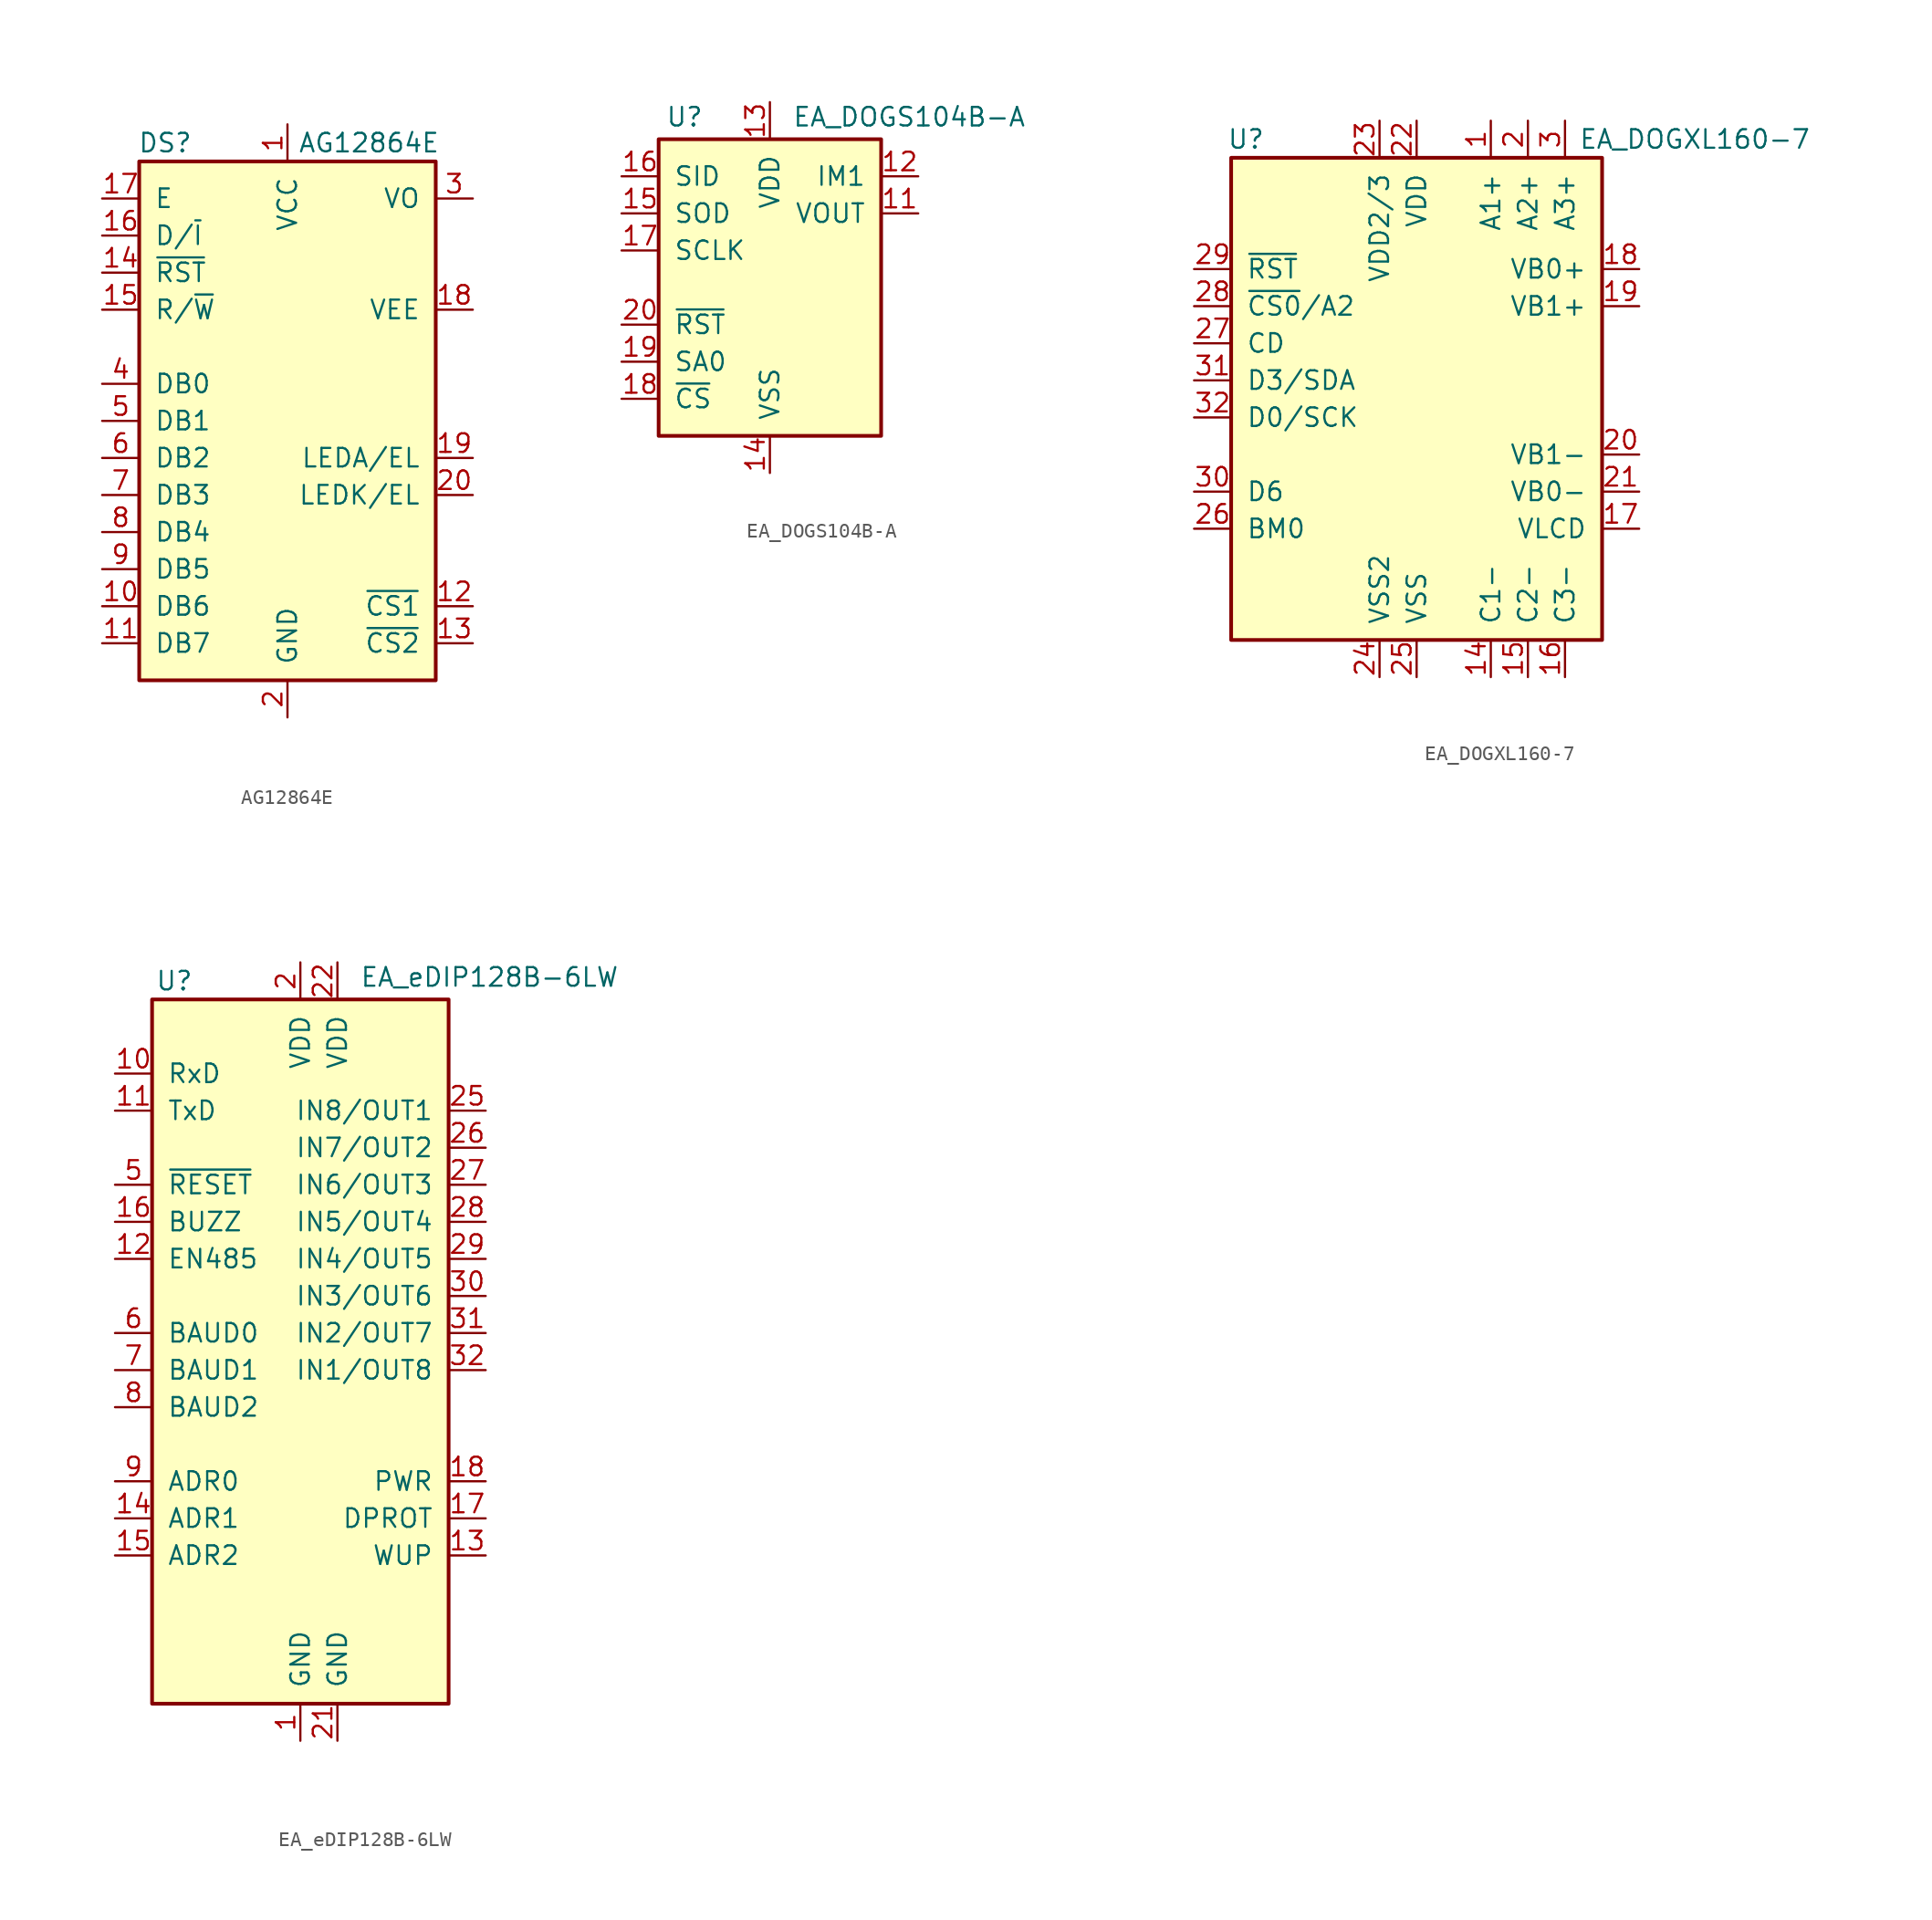
<source format=kicad_sym>
(kicad_symbol_lib
  (version 20211014)
  (generator kicad_symbol_editor)
  (symbol "AG12864E"
    (pin_names
      (offset 1.016))
    (property "Reference" "DS"
      (at -8.382 19.05 0)
      (effects (font (size 1.27 1.27))))
    (property "Value" "AG12864E"
      (at 5.588 19.05 0)
      (effects (font (size 1.27 1.27))))
    (symbol "AG12864E_0_1"
      (rectangle (start -10.16 17.78) (end 10.16 -17.78) (stroke (width 0.254) (type default) (color 0 0 0 0)) (fill (type background))))
    (symbol "AG12864E_1_1"
      (pin power_in line (at 0 20.32 270) (length 2.54) (name "VCC" (effects (font (size 1.27 1.27)))) (number "1" (effects (font (size 1.27 1.27)))))
      (pin bidirectional line (at -12.7 -12.7 0) (length 2.54) (name "DB6" (effects (font (size 1.27 1.27)))) (number "10" (effects (font (size 1.27 1.27)))))
      (pin bidirectional line (at -12.7 -15.24 0) (length 2.54) (name "DB7" (effects (font (size 1.27 1.27)))) (number "11" (effects (font (size 1.27 1.27)))))
      (pin input line (at 12.7 -12.7 180) (length 2.54) (name "~{CS1}" (effects (font (size 1.27 1.27)))) (number "12" (effects (font (size 1.27 1.27)))))
      (pin input line (at 12.7 -15.24 180) (length 2.54) (name "~{CS2}" (effects (font (size 1.27 1.27)))) (number "13" (effects (font (size 1.27 1.27)))))
      (pin input line (at -12.7 10.16 0) (length 2.54) (name "~{RST}" (effects (font (size 1.27 1.27)))) (number "14" (effects (font (size 1.27 1.27)))))
      (pin input line (at -12.7 7.62 0) (length 2.54) (name "R/~{W}" (effects (font (size 1.27 1.27)))) (number "15" (effects (font (size 1.27 1.27)))))
      (pin input line (at -12.7 12.7 0) (length 2.54) (name "D/~{I}" (effects (font (size 1.27 1.27)))) (number "16" (effects (font (size 1.27 1.27)))))
      (pin input line (at -12.7 15.24 0) (length 2.54) (name "E" (effects (font (size 1.27 1.27)))) (number "17" (effects (font (size 1.27 1.27)))))
      (pin passive line (at 12.7 7.62 180) (length 2.54) (name "VEE" (effects (font (size 1.27 1.27)))) (number "18" (effects (font (size 1.27 1.27)))))
      (pin passive line (at 12.7 -2.54 180) (length 2.54) (name "LEDA/EL" (effects (font (size 1.27 1.27)))) (number "19" (effects (font (size 1.27 1.27)))))
      (pin power_in line (at 0 -20.32 90) (length 2.54) (name "GND" (effects (font (size 1.27 1.27)))) (number "2" (effects (font (size 1.27 1.27)))))
      (pin passive line (at 12.7 -5.08 180) (length 2.54) (name "LEDK/EL" (effects (font (size 1.27 1.27)))) (number "20" (effects (font (size 1.27 1.27)))))
      (pin passive line (at 12.7 15.24 180) (length 2.54) (name "VO" (effects (font (size 1.27 1.27)))) (number "3" (effects (font (size 1.27 1.27)))))
      (pin bidirectional line (at -12.7 2.54 0) (length 2.54) (name "DB0" (effects (font (size 1.27 1.27)))) (number "4" (effects (font (size 1.27 1.27)))))
      (pin bidirectional line (at -12.7 0 0) (length 2.54) (name "DB1" (effects (font (size 1.27 1.27)))) (number "5" (effects (font (size 1.27 1.27)))))
      (pin bidirectional line (at -12.7 -2.54 0) (length 2.54) (name "DB2" (effects (font (size 1.27 1.27)))) (number "6" (effects (font (size 1.27 1.27)))))
      (pin bidirectional line (at -12.7 -5.08 0) (length 2.54) (name "DB3" (effects (font (size 1.27 1.27)))) (number "7" (effects (font (size 1.27 1.27)))))
      (pin bidirectional line (at -12.7 -7.62 0) (length 2.54) (name "DB4" (effects (font (size 1.27 1.27)))) (number "8" (effects (font (size 1.27 1.27)))))
      (pin bidirectional line (at -12.7 -10.16 0) (length 2.54) (name "DB5" (effects (font (size 1.27 1.27)))) (number "9" (effects (font (size 1.27 1.27)))))))
  (symbol "EA_DOGS104B-A"
    (pin_names
      (offset 1.016))
    (property "Reference" "U"
      (at -5.842 11.684 0)
      (effects (font (size 1.27 1.27))))
    (property "Value" "EA_DOGS104B-A"
      (at 1.524 11.684 0)
      (effects (font (size 1.27 1.27)) (justify left)))
    (symbol "EA_DOGS104B-A_0_1"
      (rectangle (start -7.62 10.16) (end 7.62 -10.16) (stroke (width 0.254) (type default) (color 0 0 0 0)) (fill (type background))))
    (symbol "EA_DOGS104B-A_1_1"
      (pin no_connect line (at 7.62 0 180) (length 2.54) hide (name "NC" (effects (font (size 1.27 1.27)))) (number "1" (effects (font (size 1.27 1.27)))))
      (pin no_connect line (at 7.62 -7.62 180) (length 2.54) hide (name "NC" (effects (font (size 1.27 1.27)))) (number "10" (effects (font (size 1.27 1.27)))))
      (pin output line (at 10.16 5.08 180) (length 2.54) (name "VOUT" (effects (font (size 1.27 1.27)))) (number "11" (effects (font (size 1.27 1.27)))))
      (pin input line (at 10.16 7.62 180) (length 2.54) (name "IM1" (effects (font (size 1.27 1.27)))) (number "12" (effects (font (size 1.27 1.27)))))
      (pin power_in line (at 0 12.7 270) (length 2.54) (name "VDD" (effects (font (size 1.27 1.27)))) (number "13" (effects (font (size 1.27 1.27)))))
      (pin power_in line (at 0 -12.7 90) (length 2.54) (name "VSS" (effects (font (size 1.27 1.27)))) (number "14" (effects (font (size 1.27 1.27)))))
      (pin output line (at -10.16 5.08 0) (length 2.54) (name "SOD" (effects (font (size 1.27 1.27)))) (number "15" (effects (font (size 1.27 1.27)))))
      (pin input line (at -10.16 7.62 0) (length 2.54) (name "SID" (effects (font (size 1.27 1.27)))) (number "16" (effects (font (size 1.27 1.27)))))
      (pin input line (at -10.16 2.54 0) (length 2.54) (name "SCLK" (effects (font (size 1.27 1.27)))) (number "17" (effects (font (size 1.27 1.27)))))
      (pin input line (at -10.16 -7.62 0) (length 2.54) (name "~{CS}" (effects (font (size 1.27 1.27)))) (number "18" (effects (font (size 1.27 1.27)))))
      (pin input line (at -10.16 -5.08 0) (length 2.54) (name "SA0" (effects (font (size 1.27 1.27)))) (number "19" (effects (font (size 1.27 1.27)))))
      (pin no_connect line (at 7.62 -2.54 180) (length 2.54) hide (name "NC" (effects (font (size 1.27 1.27)))) (number "2" (effects (font (size 1.27 1.27)))))
      (pin input line (at -10.16 -2.54 0) (length 2.54) (name "~{RST}" (effects (font (size 1.27 1.27)))) (number "20" (effects (font (size 1.27 1.27)))))
      (pin no_connect line (at 7.62 -5.08 180) (length 2.54) hide (name "NC" (effects (font (size 1.27 1.27)))) (number "9" (effects (font (size 1.27 1.27)))))))
  (symbol "EA_DOGXL160-7"
    (pin_names
      (offset 1.016))
    (property "Reference" "U"
      (at -11.684 16.51 0)
      (effects (font (size 1.27 1.27))))
    (property "Value" "EA_DOGXL160-7"
      (at 19.05 16.51 0)
      (effects (font (size 1.27 1.27))))
    (symbol "EA_DOGXL160-7_0_1"
      (rectangle (start -12.7 15.24) (end 12.7 -17.78) (stroke (width 0.254) (type default) (color 0 0 0 0)) (fill (type background))))
    (symbol "EA_DOGXL160-7_1_1"
      (pin power_in line (at 5.08 17.78 270) (length 2.54) (name "A1+" (effects (font (size 1.27 1.27)))) (number "1" (effects (font (size 1.27 1.27)))))
      (pin power_in line (at 5.08 -20.32 90) (length 2.54) (name "C1-" (effects (font (size 1.27 1.27)))) (number "14" (effects (font (size 1.27 1.27)))))
      (pin power_in line (at 7.62 -20.32 90) (length 2.54) (name "C2-" (effects (font (size 1.27 1.27)))) (number "15" (effects (font (size 1.27 1.27)))))
      (pin power_in line (at 10.16 -20.32 90) (length 2.54) (name "C3-" (effects (font (size 1.27 1.27)))) (number "16" (effects (font (size 1.27 1.27)))))
      (pin passive line (at 15.24 -10.16 180) (length 2.54) (name "VLCD" (effects (font (size 1.27 1.27)))) (number "17" (effects (font (size 1.27 1.27)))))
      (pin passive line (at 15.24 7.62 180) (length 2.54) (name "VB0+" (effects (font (size 1.27 1.27)))) (number "18" (effects (font (size 1.27 1.27)))))
      (pin passive line (at 15.24 5.08 180) (length 2.54) (name "VB1+" (effects (font (size 1.27 1.27)))) (number "19" (effects (font (size 1.27 1.27)))))
      (pin power_in line (at 7.62 17.78 270) (length 2.54) (name "A2+" (effects (font (size 1.27 1.27)))) (number "2" (effects (font (size 1.27 1.27)))))
      (pin passive line (at 15.24 -5.08 180) (length 2.54) (name "VB1-" (effects (font (size 1.27 1.27)))) (number "20" (effects (font (size 1.27 1.27)))))
      (pin passive line (at 15.24 -7.62 180) (length 2.54) (name "VB0-" (effects (font (size 1.27 1.27)))) (number "21" (effects (font (size 1.27 1.27)))))
      (pin power_in line (at 0 17.78 270) (length 2.54) (name "VDD" (effects (font (size 1.27 1.27)))) (number "22" (effects (font (size 1.27 1.27)))))
      (pin power_in line (at -2.54 17.78 270) (length 2.54) (name "VDD2/3" (effects (font (size 1.27 1.27)))) (number "23" (effects (font (size 1.27 1.27)))))
      (pin power_in line (at -2.54 -20.32 90) (length 2.54) (name "VSS2" (effects (font (size 1.27 1.27)))) (number "24" (effects (font (size 1.27 1.27)))))
      (pin power_in line (at 0 -20.32 90) (length 2.54) (name "VSS" (effects (font (size 1.27 1.27)))) (number "25" (effects (font (size 1.27 1.27)))))
      (pin input line (at -15.24 -10.16 0) (length 2.54) (name "BM0" (effects (font (size 1.27 1.27)))) (number "26" (effects (font (size 1.27 1.27)))))
      (pin input line (at -15.24 2.54 0) (length 2.54) (name "CD" (effects (font (size 1.27 1.27)))) (number "27" (effects (font (size 1.27 1.27)))))
      (pin input line (at -15.24 5.08 0) (length 2.54) (name "~{CS0}/A2" (effects (font (size 1.27 1.27)))) (number "28" (effects (font (size 1.27 1.27)))))
      (pin input line (at -15.24 7.62 0) (length 2.54) (name "~{RST}" (effects (font (size 1.27 1.27)))) (number "29" (effects (font (size 1.27 1.27)))))
      (pin power_in line (at 10.16 17.78 270) (length 2.54) (name "A3+" (effects (font (size 1.27 1.27)))) (number "3" (effects (font (size 1.27 1.27)))))
      (pin input line (at -15.24 -7.62 0) (length 2.54) (name "D6" (effects (font (size 1.27 1.27)))) (number "30" (effects (font (size 1.27 1.27)))))
      (pin bidirectional line (at -15.24 0 0) (length 2.54) (name "D3/SDA" (effects (font (size 1.27 1.27)))) (number "31" (effects (font (size 1.27 1.27)))))
      (pin input line (at -15.24 -2.54 0) (length 2.54) (name "D0/SCK" (effects (font (size 1.27 1.27)))) (number "32" (effects (font (size 1.27 1.27)))))))
  (symbol "EA_eDIP128B-6LW"
    (pin_names
      (offset 1.016))
    (property "Reference" "U"
      (at -8.636 24.13 0)
      (effects (font (size 1.27 1.27))))
    (property "Value" "EA_eDIP128B-6LW"
      (at 4.064 24.384 0)
      (effects (font (size 1.27 1.27)) (justify left)))
    (symbol "EA_eDIP128B-6LW_0_1"
      (rectangle (start -10.16 22.86) (end 10.16 -25.4) (stroke (width 0.254) (type default) (color 0 0 0 0)) (fill (type background))))
    (symbol "EA_eDIP128B-6LW_1_1"
      (pin power_in line (at 0 -27.94 90) (length 2.54) (name "GND" (effects (font (size 1.27 1.27)))) (number "1" (effects (font (size 1.27 1.27)))))
      (pin input line (at -12.7 17.78 0) (length 2.54) (name "RxD" (effects (font (size 1.27 1.27)))) (number "10" (effects (font (size 1.27 1.27)))))
      (pin output line (at -12.7 15.24 0) (length 2.54) (name "TxD" (effects (font (size 1.27 1.27)))) (number "11" (effects (font (size 1.27 1.27)))))
      (pin output line (at -12.7 5.08 0) (length 2.54) (name "EN485" (effects (font (size 1.27 1.27)))) (number "12" (effects (font (size 1.27 1.27)))))
      (pin input line (at 12.7 -15.24 180) (length 2.54) (name "WUP" (effects (font (size 1.27 1.27)))) (number "13" (effects (font (size 1.27 1.27)))))
      (pin input line (at -12.7 -12.7 0) (length 2.54) (name "ADR1" (effects (font (size 1.27 1.27)))) (number "14" (effects (font (size 1.27 1.27)))))
      (pin input line (at -12.7 -15.24 0) (length 2.54) (name "ADR2" (effects (font (size 1.27 1.27)))) (number "15" (effects (font (size 1.27 1.27)))))
      (pin output line (at -12.7 7.62 0) (length 2.54) (name "BUZZ" (effects (font (size 1.27 1.27)))) (number "16" (effects (font (size 1.27 1.27)))))
      (pin input line (at 12.7 -12.7 180) (length 2.54) (name "DPROT" (effects (font (size 1.27 1.27)))) (number "17" (effects (font (size 1.27 1.27)))))
      (pin output line (at 12.7 -10.16 180) (length 2.54) (name "PWR" (effects (font (size 1.27 1.27)))) (number "18" (effects (font (size 1.27 1.27)))))
      (pin no_connect line (at -12.7 -22.86 0) (length 2.54) hide (name "NC" (effects (font (size 1.27 1.27)))) (number "19" (effects (font (size 1.27 1.27)))))
      (pin power_in line (at 0 25.4 270) (length 2.54) (name "VDD" (effects (font (size 1.27 1.27)))) (number "2" (effects (font (size 1.27 1.27)))))
      (pin power_in line (at 2.54 -27.94 90) (length 2.54) (name "GND" (effects (font (size 1.27 1.27)))) (number "21" (effects (font (size 1.27 1.27)))))
      (pin power_in line (at 2.54 25.4 270) (length 2.54) (name "VDD" (effects (font (size 1.27 1.27)))) (number "22" (effects (font (size 1.27 1.27)))))
      (pin no_connect line (at 12.7 -17.78 180) (length 2.54) hide (name "NC" (effects (font (size 1.27 1.27)))) (number "23" (effects (font (size 1.27 1.27)))))
      (pin no_connect line (at 12.7 -20.32 180) (length 2.54) hide (name "NC" (effects (font (size 1.27 1.27)))) (number "24" (effects (font (size 1.27 1.27)))))
      (pin bidirectional line (at 12.7 15.24 180) (length 2.54) (name "IN8/OUT1" (effects (font (size 1.27 1.27)))) (number "25" (effects (font (size 1.27 1.27)))))
      (pin bidirectional line (at 12.7 12.7 180) (length 2.54) (name "IN7/OUT2" (effects (font (size 1.27 1.27)))) (number "26" (effects (font (size 1.27 1.27)))))
      (pin bidirectional line (at 12.7 10.16 180) (length 2.54) (name "IN6/OUT3" (effects (font (size 1.27 1.27)))) (number "27" (effects (font (size 1.27 1.27)))))
      (pin bidirectional line (at 12.7 7.62 180) (length 2.54) (name "IN5/OUT4" (effects (font (size 1.27 1.27)))) (number "28" (effects (font (size 1.27 1.27)))))
      (pin bidirectional line (at 12.7 5.08 180) (length 2.54) (name "IN4/OUT5" (effects (font (size 1.27 1.27)))) (number "29" (effects (font (size 1.27 1.27)))))
      (pin no_connect line (at -12.7 -17.78 0) (length 2.54) hide (name "NC" (effects (font (size 1.27 1.27)))) (number "3" (effects (font (size 1.27 1.27)))))
      (pin bidirectional line (at 12.7 2.54 180) (length 2.54) (name "IN3/OUT6" (effects (font (size 1.27 1.27)))) (number "30" (effects (font (size 1.27 1.27)))))
      (pin bidirectional line (at 12.7 0 180) (length 2.54) (name "IN2/OUT7" (effects (font (size 1.27 1.27)))) (number "31" (effects (font (size 1.27 1.27)))))
      (pin bidirectional line (at 12.7 -2.54 180) (length 2.54) (name "IN1/OUT8" (effects (font (size 1.27 1.27)))) (number "32" (effects (font (size 1.27 1.27)))))
      (pin no_connect line (at -12.7 -20.32 0) (length 2.54) hide (name "NC" (effects (font (size 1.27 1.27)))) (number "4" (effects (font (size 1.27 1.27)))))
      (pin input line (at -12.7 10.16 0) (length 2.54) (name "~{RESET}" (effects (font (size 1.27 1.27)))) (number "5" (effects (font (size 1.27 1.27)))))
      (pin input line (at -12.7 0 0) (length 2.54) (name "BAUD0" (effects (font (size 1.27 1.27)))) (number "6" (effects (font (size 1.27 1.27)))))
      (pin input line (at -12.7 -2.54 0) (length 2.54) (name "BAUD1" (effects (font (size 1.27 1.27)))) (number "7" (effects (font (size 1.27 1.27)))))
      (pin input line (at -12.7 -5.08 0) (length 2.54) (name "BAUD2" (effects (font (size 1.27 1.27)))) (number "8" (effects (font (size 1.27 1.27)))))
      (pin input line (at -12.7 -10.16 0) (length 2.54) (name "ADR0" (effects (font (size 1.27 1.27)))) (number "9" (effects (font (size 1.27 1.27))))))))
</source>
